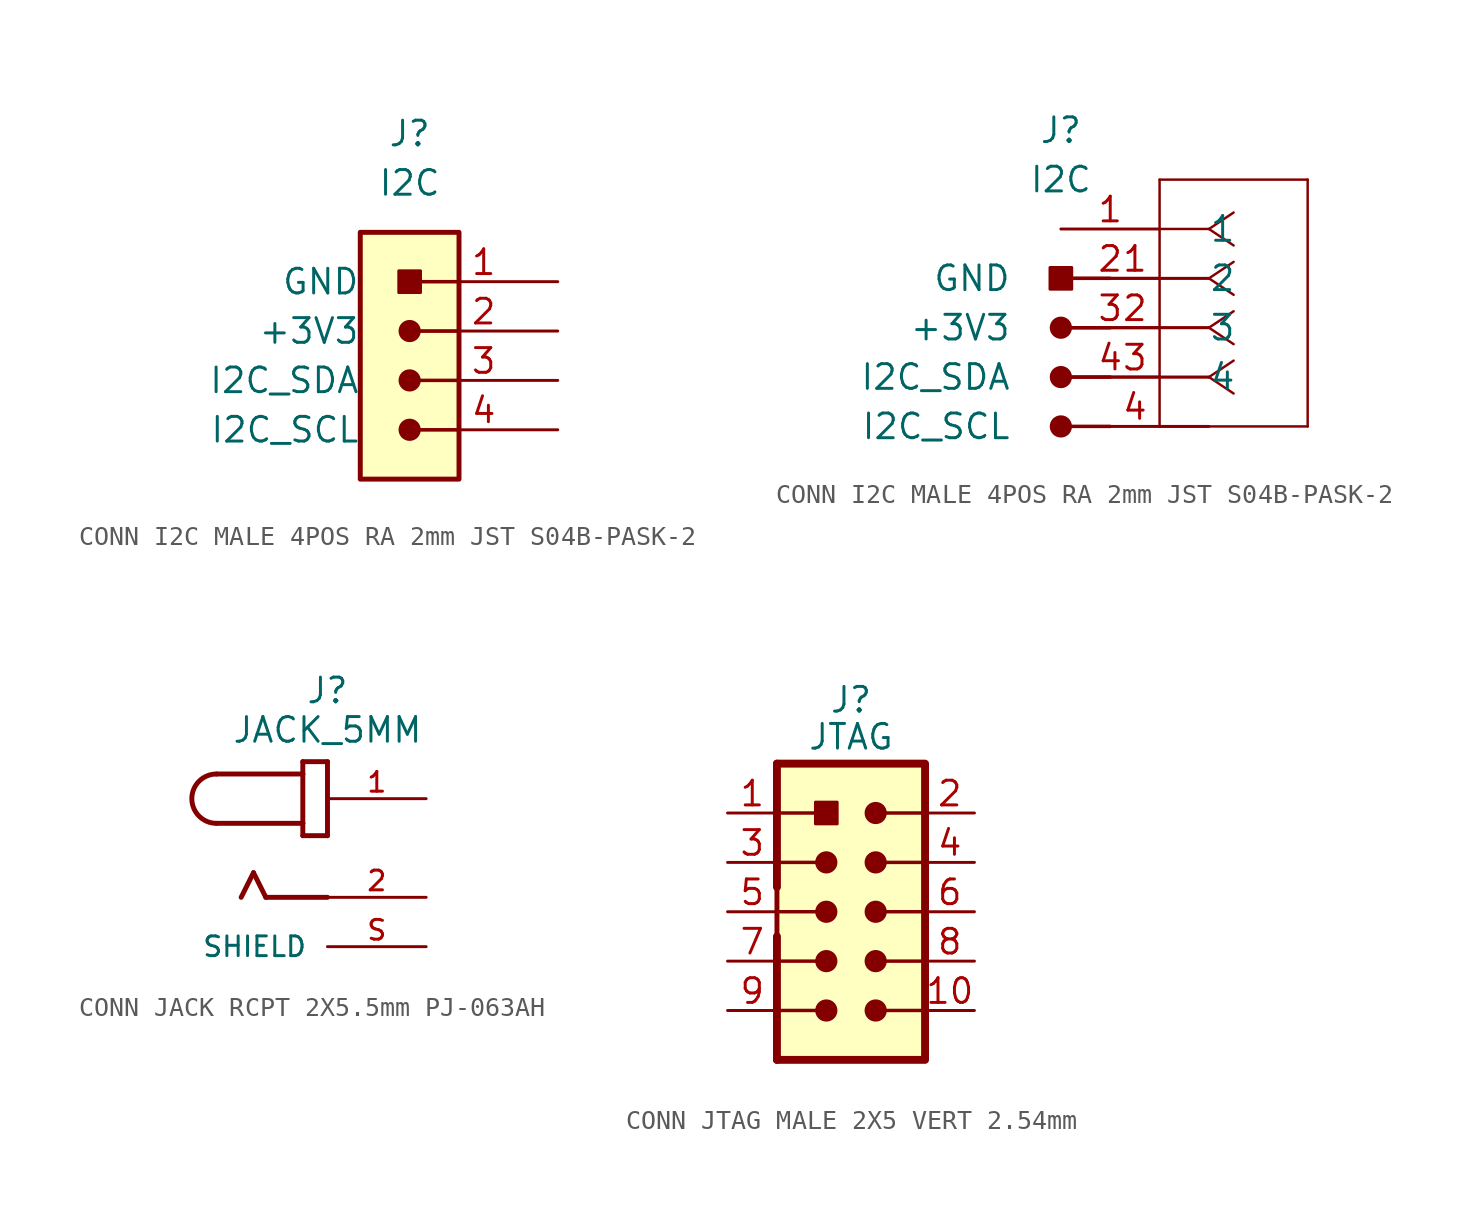
<source format=kicad_sym>
(kicad_symbol_lib
  (version 20241209)
  (generator "kicad_symbol_editor")
  (generator_version "9.0")
  (symbol "CONN I2C MALE 4POS RA 2mm JST S04B-PASK-2"
    (pin_names
      (offset 2.54))
    (property "Reference" "J"
      (at 0 5.08 0)
      (effects (font (size 1.27 1.27))))
    (property "Value" "I2C"
      (at 0 2.54 0)
      (effects (font (size 1.27 1.27))))
    (symbol "CONN I2C MALE 4POS RA 2mm JST S04B-PASK-2_1_0"
      (circle (center 0 -5.08) (radius 0.318) (stroke (width 0.508) (type solid)) (fill (type none)))
      (circle (center 0 -7.62) (radius 0.318) (stroke (width 0.508) (type solid)) (fill (type none)))
      (circle (center 0 -10.16) (radius 0.318) (stroke (width 0.508) (type solid)) (fill (type none)))
      (rectangle (start 0.559 -3.099) (end -0.559 -1.981) (stroke (width 0) (type default)) (fill (type outline)))
      (polyline (pts (xy 2.54 -2.54) (xy 0 -2.54)) (stroke (width 0.178) (type solid)) (fill (type none)))
      (polyline (pts (xy 2.54 -5.08) (xy 0 -5.08)) (stroke (width 0.178) (type solid)) (fill (type none)))
      (polyline (pts (xy 2.54 -7.62) (xy 0 -7.62)) (stroke (width 0.178) (type solid)) (fill (type none)))
      (polyline (pts (xy 2.54 -10.16) (xy 0 -10.16)) (stroke (width 0.178) (type solid)) (fill (type none)))
      (pin power_out line (at 7.62 -2.54 180) (length 7.62) (name "GND" (effects (font (size 1.27 1.27)))) (number "1" (effects (font (size 1.27 1.27)))))
      (pin power_out line (at 7.62 -5.08 180) (length 7.62) (name "+3V3" (effects (font (size 1.27 1.27)))) (number "2" (effects (font (size 1.27 1.27)))))
      (pin bidirectional line (at 7.62 -7.62 180) (length 7.62) (name "I2C_SDA" (effects (font (size 1.27 1.27)))) (number "3" (effects (font (size 1.27 1.27)))))
      (pin output line (at 7.62 -10.16 180) (length 7.62) (name "I2C_SCL" (effects (font (size 1.27 1.27)))) (number "4" (effects (font (size 1.27 1.27))))))
    (symbol "CONN I2C MALE 4POS RA 2mm JST S04B-PASK-2_1_1"
      (rectangle (start -2.54 0) (end 2.54 -12.7) (stroke (width 0.254) (type default)) (fill (type background))))
    (symbol "CONN I2C MALE 4POS RA 2mm JST S04B-PASK-2_1_2"
      (polyline (pts (xy 5.08 2.54) (xy 5.08 -10.16)) (stroke (width 0.127) (type default)) (fill (type none)))
      (polyline (pts (xy 5.08 -10.16) (xy 12.7 -10.16)) (stroke (width 0.127) (type default)) (fill (type none)))
      (polyline (pts (xy 7.62 0) (xy 5.08 0)) (stroke (width 0.127) (type default)) (fill (type none)))
      (polyline (pts (xy 7.62 0) (xy 8.89 0.847)) (stroke (width 0.127) (type default)) (fill (type none)))
      (polyline (pts (xy 7.62 0) (xy 8.89 -0.847)) (stroke (width 0.127) (type default)) (fill (type none)))
      (polyline (pts (xy 7.62 -2.54) (xy 5.08 -2.54)) (stroke (width 0.127) (type default)) (fill (type none)))
      (polyline (pts (xy 7.62 -2.54) (xy 8.89 -1.693)) (stroke (width 0.127) (type default)) (fill (type none)))
      (polyline (pts (xy 7.62 -2.54) (xy 8.89 -3.387)) (stroke (width 0.127) (type default)) (fill (type none)))
      (polyline (pts (xy 7.62 -5.08) (xy 5.08 -5.08)) (stroke (width 0.127) (type default)) (fill (type none)))
      (polyline (pts (xy 7.62 -5.08) (xy 8.89 -4.233)) (stroke (width 0.127) (type default)) (fill (type none)))
      (polyline (pts (xy 7.62 -5.08) (xy 8.89 -5.927)) (stroke (width 0.127) (type default)) (fill (type none)))
      (polyline (pts (xy 7.62 -7.62) (xy 5.08 -7.62)) (stroke (width 0.127) (type default)) (fill (type none)))
      (polyline (pts (xy 7.62 -7.62) (xy 8.89 -6.773)) (stroke (width 0.127) (type default)) (fill (type none)))
      (polyline (pts (xy 7.62 -7.62) (xy 8.89 -8.467)) (stroke (width 0.127) (type default)) (fill (type none)))
      (polyline (pts (xy 12.7 2.54) (xy 5.08 2.54)) (stroke (width 0.127) (type default)) (fill (type none)))
      (polyline (pts (xy 12.7 -10.16) (xy 12.7 2.54)) (stroke (width 0.127) (type default)) (fill (type none)))
      (pin unspecified line (at 0 0 0) (length 5.08) (name "1" (effects (font (size 1.27 1.27)))) (number "1" (effects (font (size 1.27 1.27)))))
      (pin unspecified line (at 0 -2.54 0) (length 5.08) (name "2" (effects (font (size 1.27 1.27)))) (number "2" (effects (font (size 1.27 1.27)))))
      (pin unspecified line (at 0 -5.08 0) (length 5.08) (name "3" (effects (font (size 1.27 1.27)))) (number "3" (effects (font (size 1.27 1.27)))))
      (pin unspecified line (at 0 -7.62 0) (length 5.08) (name "4" (effects (font (size 1.27 1.27)))) (number "4" (effects (font (size 1.27 1.27)))))))
  (symbol "CONN JACK RCPT 2X5.5mm PJ-063AH"
    (pin_names
      (offset 1.016))
    (property "Reference" "J"
      (at 0 7.366 0)
      (effects (font (size 1.27 1.27)) (justify bottom)))
    (property "Value" "JACK_5MM"
      (at 0 5.334 0)
      (effects (font (size 1.27 1.27)) (justify bottom)))
    (symbol "CONN JACK RCPT 2X5.5mm PJ-063AH_0_0"
      (polyline (pts (xy -5.715 3.81) (xy -1.27 3.81)) (stroke (width 0.254) (type default)) (fill (type none)))
      (arc (start -5.715 1.27) (mid -6.9794 2.54) (end -5.715 3.81) (stroke (width 0.254) (type default)) (fill (type none)))
      (polyline (pts (xy -3.81 -1.27) (xy -4.445 -2.54)) (stroke (width 0.254) (type default)) (fill (type none)))
      (polyline (pts (xy -3.175 -2.54) (xy -3.81 -1.27)) (stroke (width 0.254) (type default)) (fill (type none)))
      (polyline (pts (xy -1.27 4.445) (xy -1.27 3.81)) (stroke (width 0.254) (type default)) (fill (type none)))
      (polyline (pts (xy -1.27 3.81) (xy -1.27 1.27)) (stroke (width 0.254) (type default)) (fill (type none)))
      (polyline (pts (xy -1.27 1.27) (xy -5.715 1.27)) (stroke (width 0.254) (type default)) (fill (type none)))
      (polyline (pts (xy -1.27 1.27) (xy -1.27 0.635)) (stroke (width 0.254) (type default)) (fill (type none)))
      (polyline (pts (xy -1.27 0.635) (xy 0 0.635)) (stroke (width 0.254) (type default)) (fill (type none)))
      (polyline (pts (xy 0 4.445) (xy -1.27 4.445)) (stroke (width 0.254) (type default)) (fill (type none)))
      (polyline (pts (xy 0 0.635) (xy 0 4.445)) (stroke (width 0.254) (type default)) (fill (type none)))
      (polyline (pts (xy 0 -2.54) (xy -3.175 -2.54)) (stroke (width 0.254) (type default)) (fill (type none)))
      (pin power_out line (at 5.08 2.54 180) (length 5.08) (name "~" (effects (font (size 1.016 1.016)))) (number "1" (effects (font (size 1.016 1.016)))))
      (pin power_out line (at 5.08 -2.54 180) (length 5.08) (name "~" (effects (font (size 1.016 1.016)))) (number "2" (effects (font (size 1.016 1.016)))))
      (pin power_in line (at 5.08 -5.08 180) (length 5.08) (name "SHIELD" (effects (font (size 1.016 1.016)))) (number "S" (effects (font (size 1.016 1.016)))))
      (pin power_in line (at 5.08 -5.08 180) (length 5.08) (hide yes) (name "SHIELD__1" (effects (font (size 1.016 1.016)))) (number "S2" (effects (font (size 1.016 1.016)))))))
  (symbol "CONN JTAG MALE 2X5 VERT 2.54mm"
    (property "Reference" "J"
      (at 3.81 2.54 0)
      (effects (font (size 1.27 1.27)) (justify bottom)))
    (property "Value" "JTAG"
      (at 3.81 0.635 0)
      (effects (font (size 1.27 1.27)) (justify bottom)))
    (symbol "CONN JTAG MALE 2X5 VERT 2.54mm_0_1"
      (polyline (pts (xy 0 0) (xy 7.62 0) (xy 7.62 -15.24) (xy 0 -15.24)) (stroke (width 0.406) (type default)) (fill (type none))))
    (symbol "CONN JTAG MALE 2X5 VERT 2.54mm_1_0"
      (polyline (pts (xy 0 0) (xy 0 -2.54)) (stroke (width 0.406) (type solid)) (fill (type none)))
      (polyline (pts (xy 0 -2.54) (xy 0 -5.08)) (stroke (width 0.406) (type solid)) (fill (type none)))
      (polyline (pts (xy 0 -2.54) (xy 2.54 -2.54)) (stroke (width 0.178) (type solid)) (fill (type none)))
      (polyline (pts (xy 0 -5.08) (xy 0 -6.35)) (stroke (width 0.406) (type solid)) (fill (type none)))
      (polyline (pts (xy 0 -5.08) (xy 2.54 -5.08)) (stroke (width 0.178) (type solid)) (fill (type none)))
      (polyline (pts (xy 0 -7.62) (xy 2.54 -7.62)) (stroke (width 0.178) (type solid)) (fill (type none)))
      (polyline (pts (xy 0 -8.89) (xy 0 -10.16)) (stroke (width 0.406) (type solid)) (fill (type none)))
      (polyline (pts (xy 0 -10.16) (xy 0 -12.7)) (stroke (width 0.406) (type solid)) (fill (type none)))
      (polyline (pts (xy 0 -10.16) (xy 2.54 -10.16)) (stroke (width 0.178) (type solid)) (fill (type none)))
      (polyline (pts (xy 0 -12.7) (xy 0 -15.24)) (stroke (width 0.406) (type solid)) (fill (type none)))
      (polyline (pts (xy 0 -12.7) (xy 2.54 -12.7)) (stroke (width 0.178) (type solid)) (fill (type none)))
      (rectangle (start 1.981 -3.099) (end 3.099 -1.981) (stroke (width 0) (type default)) (fill (type outline)))
      (circle (center 2.54 -5.08) (radius 0.318) (stroke (width 0.508) (type solid)) (fill (type none)))
      (circle (center 2.54 -7.62) (radius 0.318) (stroke (width 0.508) (type solid)) (fill (type none)))
      (circle (center 2.54 -10.16) (radius 0.318) (stroke (width 0.508) (type solid)) (fill (type none)))
      (circle (center 2.54 -12.7) (radius 0.318) (stroke (width 0.508) (type solid)) (fill (type none)))
      (polyline (pts (xy 5.08 -2.54) (xy 7.62 -2.54)) (stroke (width 0.178) (type solid)) (fill (type none)))
      (circle (center 5.08 -2.54) (radius 0.318) (stroke (width 0.508) (type solid)) (fill (type none)))
      (polyline (pts (xy 5.08 -5.08) (xy 7.62 -5.08)) (stroke (width 0.178) (type solid)) (fill (type none)))
      (circle (center 5.08 -5.08) (radius 0.318) (stroke (width 0.508) (type solid)) (fill (type none)))
      (polyline (pts (xy 5.08 -7.62) (xy 7.62 -7.62)) (stroke (width 0.178) (type solid)) (fill (type none)))
      (circle (center 5.08 -7.62) (radius 0.318) (stroke (width 0.508) (type solid)) (fill (type none)))
      (polyline (pts (xy 5.08 -10.16) (xy 7.62 -10.16)) (stroke (width 0.178) (type solid)) (fill (type none)))
      (circle (center 5.08 -10.16) (radius 0.318) (stroke (width 0.508) (type solid)) (fill (type none)))
      (polyline (pts (xy 5.08 -12.7) (xy 7.62 -12.7)) (stroke (width 0.178) (type solid)) (fill (type none)))
      (circle (center 5.08 -12.7) (radius 0.318) (stroke (width 0.508) (type solid)) (fill (type none)))
      (pin power_in line (at -2.54 -2.54 0) (length 2.54) (name "3V3" (effects (font (size 0 0)))) (number "1" (effects (font (size 1.27 1.27)))))
      (pin power_in line (at -2.54 -5.08 0) (length 2.54) (name "GND" (effects (font (size 0 0)))) (number "3" (effects (font (size 1.27 1.27)))))
      (pin power_in line (at -2.54 -7.62 0) (length 2.54) (name "GND@1" (effects (font (size 0 0)))) (number "5" (effects (font (size 1.27 1.27)))))
      (pin power_in line (at -2.54 -10.16 0) (length 2.54) (name "GND@2" (effects (font (size 0 0)))) (number "7" (effects (font (size 1.27 1.27)))))
      (pin power_in line (at -2.54 -12.7 0) (length 2.54) (name "GND@3" (effects (font (size 0 0)))) (number "9" (effects (font (size 1.27 1.27)))))
      (pin passive line (at 10.16 -2.54 180) (length 2.54) (name "TMS" (effects (font (size 0 0)))) (number "2" (effects (font (size 1.27 1.27)))))
      (pin passive line (at 10.16 -5.08 180) (length 2.54) (name "TCK" (effects (font (size 0 0)))) (number "4" (effects (font (size 1.27 1.27)))))
      (pin passive line (at 10.16 -7.62 180) (length 2.54) (name "TDO" (effects (font (size 0 0)))) (number "6" (effects (font (size 1.27 1.27)))))
      (pin passive line (at 10.16 -10.16 180) (length 2.54) (name "TDI" (effects (font (size 0 0)))) (number "8" (effects (font (size 1.27 1.27)))))
      (pin passive line (at 10.16 -12.7 180) (length 2.54) (name "NC" (effects (font (size 0 0)))) (number "10" (effects (font (size 1.27 1.27))))))
    (symbol "CONN JTAG MALE 2X5 VERT 2.54mm_1_1"
      (rectangle (start 0 0) (end 7.62 -15.24) (stroke (width 0.254) (type default)) (fill (type background))))))
</source>
